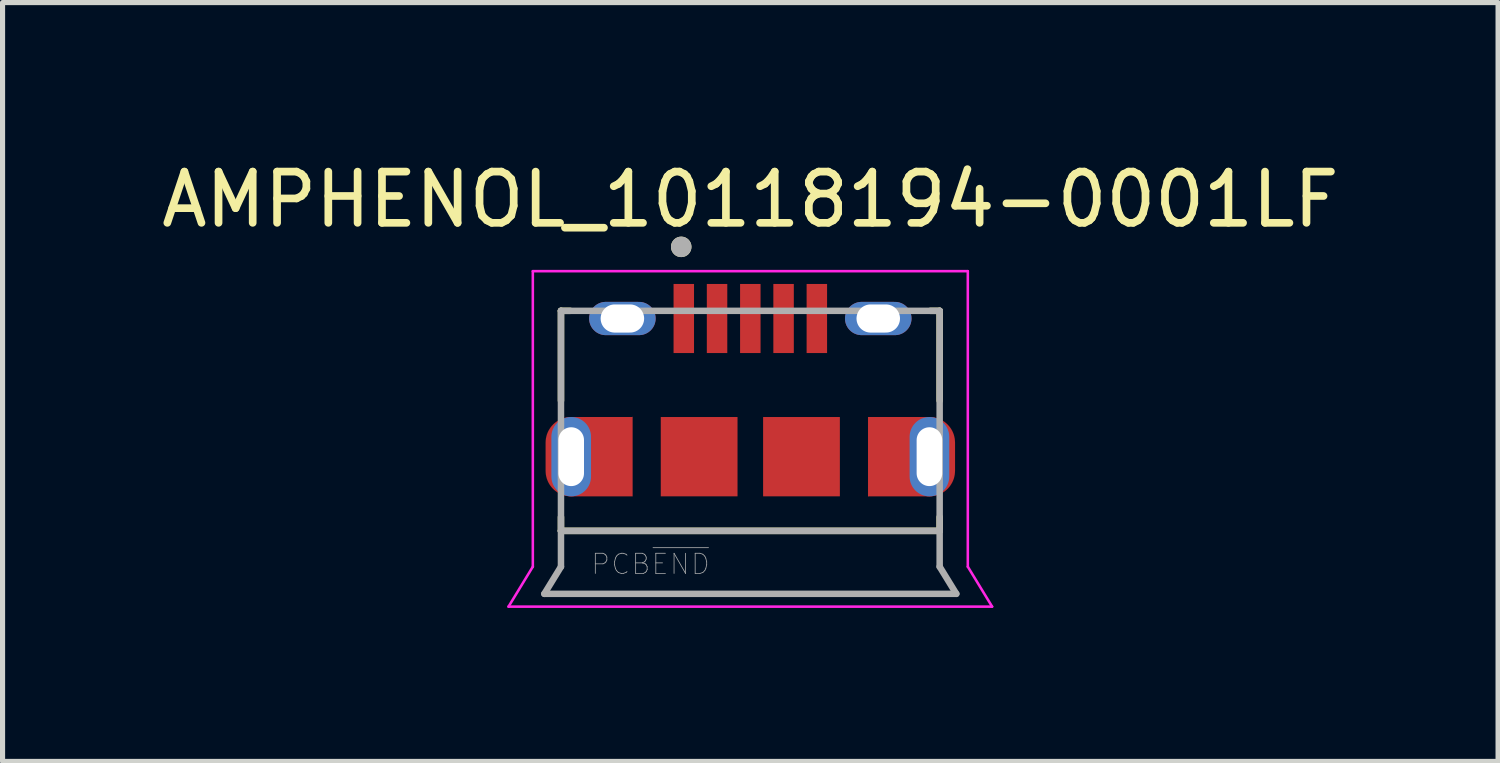
<source format=kicad_pcb>
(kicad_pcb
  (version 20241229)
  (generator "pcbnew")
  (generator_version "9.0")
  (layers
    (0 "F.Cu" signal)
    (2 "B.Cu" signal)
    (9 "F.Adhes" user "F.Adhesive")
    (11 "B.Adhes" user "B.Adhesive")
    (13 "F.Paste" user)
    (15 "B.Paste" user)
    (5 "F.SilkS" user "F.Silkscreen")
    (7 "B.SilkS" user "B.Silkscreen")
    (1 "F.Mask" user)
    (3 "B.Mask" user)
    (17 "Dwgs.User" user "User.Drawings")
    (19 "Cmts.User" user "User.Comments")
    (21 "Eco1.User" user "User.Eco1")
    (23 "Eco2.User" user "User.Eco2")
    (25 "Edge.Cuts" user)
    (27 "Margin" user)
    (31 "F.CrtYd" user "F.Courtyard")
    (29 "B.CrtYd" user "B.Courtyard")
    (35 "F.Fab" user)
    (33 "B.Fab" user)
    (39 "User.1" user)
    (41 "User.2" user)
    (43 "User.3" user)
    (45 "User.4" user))
  (footprint "AMPHENOL_10118194-0001LF"
    (layer "F.Cu")
    (at 11.612 5.874)
    (property "Reference" "AMPHENOL_10118194-0001LF" (at 0 -5.025 0) (layer "F.SilkS") (effects (font (size 1.001 1.001) (thickness 0.15))))
    (attr through_hole)
    (fp_poly (pts (xy -2.3 -0.78) (xy -2.3 0.775) (xy -3.498 0.775) (xy -3.498 0.575) (xy -3.486 0.575) (xy -3.473 0.574) (xy -3.46 0.572) (xy -3.447 0.57) (xy -3.434 0.567) (xy -3.422 0.563) (xy -3.41 0.558) (xy -3.398 0.553) (xy -3.386 0.548) (xy -3.374 0.542) (xy -3.363 0.535) (xy -3.353 0.527) (xy -3.342 0.52) (xy -3.332 0.511) (xy -3.323 0.502) (xy -3.314 0.493) (xy -3.305 0.483) (xy -3.298 0.472) (xy -3.29 0.462) (xy -3.283 0.451) (xy -3.277 0.439) (xy -3.272 0.427) (xy -3.267 0.415) (xy -3.262 0.403) (xy -3.258 0.391) (xy -3.255 0.378) (xy -3.253 0.365) (xy -3.251 0.352) (xy -3.25 0.339) (xy -3.25 0.325) (xy -3.25 0.315) (xy -3.25 -0.315) (xy -3.25 -0.325) (xy -3.25 -0.338) (xy -3.251 -0.351) (xy -3.253 -0.364) (xy -3.255 -0.377) (xy -3.259 -0.39) (xy -3.262 -0.402) (xy -3.267 -0.415) (xy -3.272 -0.427) (xy -3.277 -0.438) (xy -3.283 -0.45) (xy -3.29 -0.461) (xy -3.298 -0.472) (xy -3.306 -0.482) (xy -3.314 -0.492) (xy -3.323 -0.502) (xy -3.333 -0.511) (xy -3.343 -0.519) (xy -3.353 -0.527) (xy -3.364 -0.535) (xy -3.375 -0.542) (xy -3.387 -0.548) (xy -3.398 -0.553) (xy -3.41 -0.558) (xy -3.423 -0.563) (xy -3.435 -0.566) (xy -3.448 -0.57) (xy -3.461 -0.572) (xy -3.474 -0.574) (xy -3.487 -0.575) (xy -3.5 -0.575) (xy -3.513 -0.575) (xy -3.526 -0.574) (xy -3.539 -0.572) (xy -3.552 -0.57) (xy -3.565 -0.566) (xy -3.577 -0.563) (xy -3.59 -0.558) (xy -3.602 -0.553) (xy -3.613 -0.548) (xy -3.625 -0.542) (xy -3.636 -0.535) (xy -3.647 -0.527) (xy -3.657 -0.519) (xy -3.667 -0.511) (xy -3.677 -0.502) (xy -3.686 -0.492) (xy -3.694 -0.482) (xy -3.702 -0.472) (xy -3.71 -0.461) (xy -3.717 -0.45) (xy -3.723 -0.438) (xy -3.728 -0.427) (xy -3.733 -0.415) (xy -3.738 -0.402) (xy -3.741 -0.39) (xy -3.745 -0.377) (xy -3.747 -0.364) (xy -3.749 -0.351) (xy -3.75 -0.338) (xy -3.75 -0.325) (xy -3.75 0.325) (xy -3.75 0.339) (xy -3.749 0.352) (xy -3.747 0.365) (xy -3.745 0.378) (xy -3.742 0.391) (xy -3.738 0.403) (xy -3.733 0.415) (xy -3.728 0.427) (xy -3.723 0.439) (xy -3.717 0.451) (xy -3.71 0.462) (xy -3.702 0.472) (xy -3.695 0.483) (xy -3.686 0.493) (xy -3.677 0.502) (xy -3.668 0.511) (xy -3.658 0.52) (xy -3.647 0.527) (xy -3.637 0.535) (xy -3.626 0.542) (xy -3.614 0.548) (xy -3.602 0.553) (xy -3.59 0.558) (xy -3.578 0.563) (xy -3.566 0.567) (xy -3.553 0.57) (xy -3.54 0.572) (xy -3.527 0.574) (xy -3.514 0.575) (xy -3.502 0.575) (xy -3.502 0.775) (xy -3.527 0.774) (xy -3.553 0.772) (xy -3.579 0.769) (xy -3.605 0.764) (xy -3.63 0.758) (xy -3.655 0.751) (xy -3.68 0.742) (xy -3.704 0.732) (xy -3.728 0.721) (xy -3.751 0.708) (xy -3.773 0.695) (xy -3.794 0.68) (xy -3.815 0.664) (xy -3.835 0.647) (xy -3.854 0.629) (xy -3.872 0.61) (xy -3.889 0.59) (xy -3.905 0.569) (xy -3.92 0.548) (xy -3.933 0.526) (xy -3.946 0.503) (xy -3.957 0.479) (xy -3.967 0.455) (xy -3.976 0.43) (xy -3.983 0.405) (xy -3.989 0.38) (xy -3.994 0.354) (xy -3.997 0.328) (xy -3.999 0.302) (xy -4 0.275) (xy -4 -0.275) (xy -3.999 -0.301) (xy -3.997 -0.327) (xy -3.994 -0.353) (xy -3.989 -0.379) (xy -3.983 -0.404) (xy -3.976 -0.43) (xy -3.967 -0.454) (xy -3.957 -0.478) (xy -3.946 -0.502) (xy -3.933 -0.525) (xy -3.919 -0.547) (xy -3.905 -0.569) (xy -3.889 -0.59) (xy -3.872 -0.61) (xy -3.854 -0.629) (xy -3.835 -0.647) (xy -3.815 -0.664) (xy -3.794 -0.68) (xy -3.772 -0.694) (xy -3.75 -0.708) (xy -3.727 -0.721) (xy -3.703 -0.732) (xy -3.679 -0.742) (xy -3.655 -0.751) (xy -3.629 -0.758) (xy -3.604 -0.764) (xy -3.578 -0.769) (xy -3.552 -0.772) (xy -3.526 -0.774) (xy -3.5 -0.775) (xy -2.305 -0.775) (xy -2.305 -0.78) (xy -2.3 -0.78)) (stroke (width 0.001) (type solid)) (fill yes) (layer "F.Cu"))
    (fp_poly (pts (xy 2.3 0.78) (xy 2.3 -0.775) (xy 3.498 -0.775) (xy 3.498 -0.575) (xy 3.486 -0.575) (xy 3.473 -0.574) (xy 3.46 -0.572) (xy 3.447 -0.57) (xy 3.434 -0.567) (xy 3.422 -0.563) (xy 3.41 -0.558) (xy 3.398 -0.553) (xy 3.386 -0.548) (xy 3.374 -0.542) (xy 3.363 -0.535) (xy 3.353 -0.527) (xy 3.342 -0.52) (xy 3.332 -0.511) (xy 3.323 -0.502) (xy 3.314 -0.493) (xy 3.305 -0.483) (xy 3.298 -0.472) (xy 3.29 -0.462) (xy 3.283 -0.451) (xy 3.277 -0.439) (xy 3.272 -0.427) (xy 3.267 -0.415) (xy 3.262 -0.403) (xy 3.258 -0.391) (xy 3.255 -0.378) (xy 3.253 -0.365) (xy 3.251 -0.352) (xy 3.25 -0.339) (xy 3.25 -0.325) (xy 3.25 -0.315) (xy 3.25 0.315) (xy 3.25 0.325) (xy 3.25 0.338) (xy 3.251 0.351) (xy 3.253 0.364) (xy 3.255 0.377) (xy 3.259 0.39) (xy 3.262 0.402) (xy 3.267 0.415) (xy 3.272 0.427) (xy 3.277 0.438) (xy 3.283 0.45) (xy 3.29 0.461) (xy 3.298 0.472) (xy 3.306 0.482) (xy 3.314 0.492) (xy 3.323 0.502) (xy 3.333 0.511) (xy 3.343 0.519) (xy 3.353 0.527) (xy 3.364 0.535) (xy 3.375 0.542) (xy 3.387 0.548) (xy 3.398 0.553) (xy 3.41 0.558) (xy 3.423 0.563) (xy 3.435 0.566) (xy 3.448 0.57) (xy 3.461 0.572) (xy 3.474 0.574) (xy 3.487 0.575) (xy 3.5 0.575) (xy 3.513 0.575) (xy 3.526 0.574) (xy 3.539 0.572) (xy 3.552 0.57) (xy 3.565 0.566) (xy 3.577 0.563) (xy 3.59 0.558) (xy 3.602 0.553) (xy 3.613 0.548) (xy 3.625 0.542) (xy 3.636 0.535) (xy 3.647 0.527) (xy 3.657 0.519) (xy 3.667 0.511) (xy 3.677 0.502) (xy 3.686 0.492) (xy 3.694 0.482) (xy 3.702 0.472) (xy 3.71 0.461) (xy 3.717 0.45) (xy 3.723 0.438) (xy 3.728 0.427) (xy 3.733 0.415) (xy 3.738 0.402) (xy 3.741 0.39) (xy 3.745 0.377) (xy 3.747 0.364) (xy 3.749 0.351) (xy 3.75 0.338) (xy 3.75 0.325) (xy 3.75 -0.325) (xy 3.75 -0.339) (xy 3.749 -0.352) (xy 3.747 -0.365) (xy 3.745 -0.378) (xy 3.742 -0.391) (xy 3.738 -0.403) (xy 3.733 -0.415) (xy 3.728 -0.427) (xy 3.723 -0.439) (xy 3.717 -0.451) (xy 3.71 -0.462) (xy 3.702 -0.472) (xy 3.695 -0.483) (xy 3.686 -0.493) (xy 3.677 -0.502) (xy 3.668 -0.511) (xy 3.658 -0.52) (xy 3.647 -0.527) (xy 3.637 -0.535) (xy 3.626 -0.542) (xy 3.614 -0.548) (xy 3.602 -0.553) (xy 3.59 -0.558) (xy 3.578 -0.563) (xy 3.566 -0.567) (xy 3.553 -0.57) (xy 3.54 -0.572) (xy 3.527 -0.574) (xy 3.514 -0.575) (xy 3.502 -0.575) (xy 3.502 -0.775) (xy 3.527 -0.774) (xy 3.553 -0.772) (xy 3.579 -0.769) (xy 3.605 -0.764) (xy 3.63 -0.758) (xy 3.655 -0.751) (xy 3.68 -0.742) (xy 3.704 -0.732) (xy 3.728 -0.721) (xy 3.751 -0.708) (xy 3.773 -0.695) (xy 3.794 -0.68) (xy 3.815 -0.664) (xy 3.835 -0.647) (xy 3.854 -0.629) (xy 3.872 -0.61) (xy 3.889 -0.59) (xy 3.905 -0.569) (xy 3.92 -0.548) (xy 3.933 -0.526) (xy 3.946 -0.503) (xy 3.957 -0.479) (xy 3.967 -0.455) (xy 3.976 -0.43) (xy 3.983 -0.405) (xy 3.989 -0.38) (xy 3.994 -0.354) (xy 3.997 -0.328) (xy 3.999 -0.302) (xy 4 -0.275) (xy 4 0.275) (xy 3.999 0.301) (xy 3.997 0.327) (xy 3.994 0.353) (xy 3.989 0.379) (xy 3.983 0.404) (xy 3.976 0.43) (xy 3.967 0.454) (xy 3.957 0.478) (xy 3.946 0.502) (xy 3.933 0.525) (xy 3.919 0.547) (xy 3.905 0.569) (xy 3.889 0.59) (xy 3.872 0.61) (xy 3.854 0.629) (xy 3.835 0.647) (xy 3.815 0.664) (xy 3.794 0.68) (xy 3.772 0.694) (xy 3.75 0.708) (xy 3.727 0.721) (xy 3.703 0.732) (xy 3.679 0.742) (xy 3.655 0.751) (xy 3.629 0.758) (xy 3.604 0.764) (xy 3.578 0.769) (xy 3.552 0.772) (xy 3.526 0.774) (xy 3.5 0.775) (xy 2.305 0.775) (xy 2.305 0.78) (xy 2.3 0.78)) (stroke (width 0.001) (type solid)) (fill yes) (layer "F.Cu"))
    (fp_poly (pts (xy -3.6 -0.875) (xy -2.2 -0.875) (xy -2.2 0.875) (xy -3.6 0.875) (xy -3.626 0.874) (xy -3.652 0.872) (xy -3.678 0.869) (xy -3.704 0.864) (xy -3.729 0.858) (xy -3.755 0.851) (xy -3.779 0.842) (xy -3.803 0.832) (xy -3.827 0.821) (xy -3.85 0.808) (xy -3.872 0.794) (xy -3.894 0.78) (xy -3.915 0.764) (xy -3.935 0.747) (xy -3.954 0.729) (xy -3.972 0.71) (xy -3.989 0.69) (xy -4.005 0.669) (xy -4.019 0.647) (xy -4.033 0.625) (xy -4.046 0.602) (xy -4.057 0.578) (xy -4.067 0.554) (xy -4.076 0.53) (xy -4.083 0.504) (xy -4.089 0.479) (xy -4.094 0.453) (xy -4.097 0.427) (xy -4.099 0.401) (xy -4.1 0.375) (xy -4.1 -0.375) (xy -4.099 -0.401) (xy -4.097 -0.427) (xy -4.094 -0.453) (xy -4.089 -0.479) (xy -4.083 -0.504) (xy -4.076 -0.53) (xy -4.067 -0.554) (xy -4.057 -0.578) (xy -4.046 -0.602) (xy -4.033 -0.625) (xy -4.019 -0.647) (xy -4.005 -0.669) (xy -3.989 -0.69) (xy -3.972 -0.71) (xy -3.954 -0.729) (xy -3.935 -0.747) (xy -3.915 -0.764) (xy -3.894 -0.78) (xy -3.872 -0.794) (xy -3.85 -0.808) (xy -3.827 -0.821) (xy -3.803 -0.832) (xy -3.779 -0.842) (xy -3.755 -0.851) (xy -3.729 -0.858) (xy -3.704 -0.864) (xy -3.678 -0.869) (xy -3.652 -0.872) (xy -3.626 -0.874) (xy -3.6 -0.875)) (stroke (width 0.0001) (type solid)) (fill yes) (layer "F.Mask"))
    (fp_poly (pts (xy 3.6 0.875) (xy 2.2 0.875) (xy 2.2 -0.875) (xy 3.6 -0.875) (xy 3.626 -0.874) (xy 3.652 -0.872) (xy 3.678 -0.869) (xy 3.704 -0.864) (xy 3.729 -0.858) (xy 3.755 -0.851) (xy 3.779 -0.842) (xy 3.803 -0.832) (xy 3.827 -0.821) (xy 3.85 -0.808) (xy 3.872 -0.794) (xy 3.894 -0.78) (xy 3.915 -0.764) (xy 3.935 -0.747) (xy 3.954 -0.729) (xy 3.972 -0.71) (xy 3.989 -0.69) (xy 4.005 -0.669) (xy 4.019 -0.647) (xy 4.033 -0.625) (xy 4.046 -0.602) (xy 4.057 -0.578) (xy 4.067 -0.554) (xy 4.076 -0.53) (xy 4.083 -0.504) (xy 4.089 -0.479) (xy 4.094 -0.453) (xy 4.097 -0.427) (xy 4.099 -0.401) (xy 4.1 -0.375) (xy 4.1 0.375) (xy 4.099 0.401) (xy 4.097 0.427) (xy 4.094 0.453) (xy 4.089 0.479) (xy 4.083 0.504) (xy 4.076 0.53) (xy 4.067 0.554) (xy 4.057 0.578) (xy 4.046 0.602) (xy 4.033 0.625) (xy 4.019 0.647) (xy 4.005 0.669) (xy 3.989 0.69) (xy 3.972 0.71) (xy 3.954 0.729) (xy 3.935 0.747) (xy 3.915 0.764) (xy 3.894 0.78) (xy 3.872 0.794) (xy 3.85 0.808) (xy 3.827 0.821) (xy 3.803 0.832) (xy 3.779 0.842) (xy 3.755 0.851) (xy 3.729 0.858) (xy 3.704 0.864) (xy 3.678 0.869) (xy 3.652 0.872) (xy 3.626 0.874) (xy 3.6 0.875)) (stroke (width 0.0001) (type solid)) (fill yes) (layer "F.Mask"))
    (fp_line (start -3.7 -2.85) (end -3.7 -1.095) (stroke (width 0.127) (type solid)) (layer "F.SilkS"))
    (fp_line (start -3.7 -2.85) (end -3.52 -2.85) (stroke (width 0.127) (type solid)) (layer "F.SilkS"))
    (fp_line (start -3.7 1.45) (end -3.7 1.18) (stroke (width 0.127) (type solid)) (layer "F.SilkS"))
    (fp_line (start -3.7 1.45) (end 3.7 1.45) (stroke (width 0.127) (type solid)) (layer "F.SilkS"))
    (fp_line (start 3.7 -2.85) (end 3.52 -2.85) (stroke (width 0.127) (type solid)) (layer "F.SilkS"))
    (fp_line (start 3.7 -2.85) (end 3.7 -1.095) (stroke (width 0.127) (type solid)) (layer "F.SilkS"))
    (fp_line (start 3.7 1.18) (end 3.7 1.45) (stroke (width 0.127) (type solid)) (layer "F.SilkS"))
    (fp_circle (center -1.35 -4.1) (end -1.25 -4.1) (stroke (width 0.2) (type solid)) (fill no) (layer "F.SilkS"))
    (fp_line (start -3.5 -0.77) (end -3.5 -0.6) (stroke (width 0.0001) (type solid)) (layer "F.Paste"))
    (fp_line (start 3.5 0.77) (end 3.5 0.6) (stroke (width 0.0001) (type solid)) (layer "F.Paste"))
    (fp_poly (pts (xy -3.5 -0.775) (xy -3.5 -0.575) (xy -3.487 -0.575) (xy -3.474 -0.574) (xy -3.461 -0.572) (xy -3.448 -0.57) (xy -3.435 -0.566) (xy -3.423 -0.563) (xy -3.41 -0.558) (xy -3.398 -0.553) (xy -3.387 -0.548) (xy -3.375 -0.542) (xy -3.364 -0.535) (xy -3.353 -0.527) (xy -3.343 -0.519) (xy -3.333 -0.511) (xy -3.323 -0.502) (xy -3.314 -0.492) (xy -3.306 -0.482) (xy -3.298 -0.472) (xy -3.29 -0.461) (xy -3.283 -0.45) (xy -3.277 -0.438) (xy -3.272 -0.427) (xy -3.267 -0.415) (xy -3.262 -0.402) (xy -3.259 -0.39) (xy -3.255 -0.377) (xy -3.253 -0.364) (xy -3.251 -0.351) (xy -3.25 -0.338) (xy -3.25 -0.325) (xy -3.25 0.325) (xy -3.25 0.338) (xy -3.251 0.351) (xy -3.253 0.364) (xy -3.255 0.377) (xy -3.259 0.39) (xy -3.262 0.402) (xy -3.267 0.415) (xy -3.272 0.427) (xy -3.277 0.438) (xy -3.283 0.45) (xy -3.29 0.461) (xy -3.298 0.472) (xy -3.306 0.482) (xy -3.314 0.492) (xy -3.323 0.502) (xy -3.333 0.511) (xy -3.343 0.519) (xy -3.353 0.527) (xy -3.364 0.535) (xy -3.375 0.542) (xy -3.387 0.548) (xy -3.398 0.553) (xy -3.41 0.558) (xy -3.423 0.563) (xy -3.435 0.566) (xy -3.448 0.57) (xy -3.461 0.572) (xy -3.474 0.574) (xy -3.487 0.575) (xy -3.5 0.575) (xy -3.5 0.775) (xy -2.3 0.775) (xy -2.3 -0.775) (xy -3.5 -0.775)) (stroke (width 0.0001) (type solid)) (fill yes) (layer "F.Paste"))
    (fp_poly (pts (xy 3.5 0.775) (xy 3.5 0.575) (xy 3.487 0.575) (xy 3.474 0.574) (xy 3.461 0.572) (xy 3.448 0.57) (xy 3.435 0.566) (xy 3.423 0.563) (xy 3.41 0.558) (xy 3.398 0.553) (xy 3.387 0.548) (xy 3.375 0.542) (xy 3.364 0.535) (xy 3.353 0.527) (xy 3.343 0.519) (xy 3.333 0.511) (xy 3.323 0.502) (xy 3.314 0.492) (xy 3.306 0.482) (xy 3.298 0.472) (xy 3.29 0.461) (xy 3.283 0.45) (xy 3.277 0.438) (xy 3.272 0.427) (xy 3.267 0.415) (xy 3.262 0.402) (xy 3.259 0.39) (xy 3.255 0.377) (xy 3.253 0.364) (xy 3.251 0.351) (xy 3.25 0.338) (xy 3.25 0.325) (xy 3.25 -0.325) (xy 3.25 -0.338) (xy 3.251 -0.351) (xy 3.253 -0.364) (xy 3.255 -0.377) (xy 3.259 -0.39) (xy 3.262 -0.402) (xy 3.267 -0.415) (xy 3.272 -0.427) (xy 3.277 -0.438) (xy 3.283 -0.45) (xy 3.29 -0.461) (xy 3.298 -0.472) (xy 3.306 -0.482) (xy 3.314 -0.492) (xy 3.323 -0.502) (xy 3.333 -0.511) (xy 3.343 -0.519) (xy 3.353 -0.527) (xy 3.364 -0.535) (xy 3.375 -0.542) (xy 3.387 -0.548) (xy 3.398 -0.553) (xy 3.41 -0.558) (xy 3.423 -0.563) (xy 3.435 -0.566) (xy 3.448 -0.57) (xy 3.461 -0.572) (xy 3.474 -0.574) (xy 3.487 -0.575) (xy 3.5 -0.575) (xy 3.5 -0.775) (xy 2.3 -0.775) (xy 2.3 0.775) (xy 3.5 0.775)) (stroke (width 0.0001) (type solid)) (fill yes) (layer "F.Paste"))
    (fp_poly (pts (xy -3.5 -0.775) (xy -3.5 -0.575) (xy -3.513 -0.575) (xy -3.526 -0.574) (xy -3.539 -0.572) (xy -3.552 -0.57) (xy -3.565 -0.566) (xy -3.577 -0.563) (xy -3.59 -0.558) (xy -3.602 -0.553) (xy -3.613 -0.548) (xy -3.625 -0.542) (xy -3.636 -0.535) (xy -3.647 -0.527) (xy -3.657 -0.519) (xy -3.667 -0.511) (xy -3.677 -0.502) (xy -3.686 -0.492) (xy -3.694 -0.482) (xy -3.702 -0.472) (xy -3.71 -0.461) (xy -3.717 -0.45) (xy -3.723 -0.438) (xy -3.728 -0.427) (xy -3.733 -0.415) (xy -3.738 -0.402) (xy -3.741 -0.39) (xy -3.745 -0.377) (xy -3.747 -0.364) (xy -3.749 -0.351) (xy -3.75 -0.338) (xy -3.75 -0.325) (xy -3.75 0.325) (xy -3.75 0.338) (xy -3.749 0.351) (xy -3.747 0.364) (xy -3.745 0.377) (xy -3.741 0.39) (xy -3.738 0.402) (xy -3.733 0.415) (xy -3.728 0.427) (xy -3.723 0.438) (xy -3.717 0.45) (xy -3.71 0.461) (xy -3.702 0.472) (xy -3.694 0.482) (xy -3.686 0.492) (xy -3.677 0.502) (xy -3.667 0.511) (xy -3.657 0.519) (xy -3.647 0.527) (xy -3.636 0.535) (xy -3.625 0.542) (xy -3.613 0.548) (xy -3.602 0.553) (xy -3.59 0.558) (xy -3.577 0.563) (xy -3.565 0.566) (xy -3.552 0.57) (xy -3.539 0.572) (xy -3.526 0.574) (xy -3.513 0.575) (xy -3.5 0.575) (xy -3.5 0.775) (xy -3.526 0.774) (xy -3.552 0.772) (xy -3.578 0.769) (xy -3.604 0.764) (xy -3.629 0.758) (xy -3.655 0.751) (xy -3.679 0.742) (xy -3.703 0.732) (xy -3.727 0.721) (xy -3.75 0.708) (xy -3.772 0.694) (xy -3.794 0.68) (xy -3.815 0.664) (xy -3.835 0.647) (xy -3.854 0.629) (xy -3.872 0.61) (xy -3.889 0.59) (xy -3.905 0.569) (xy -3.919 0.547) (xy -3.933 0.525) (xy -3.946 0.502) (xy -3.957 0.478) (xy -3.967 0.454) (xy -3.976 0.43) (xy -3.983 0.404) (xy -3.989 0.379) (xy -3.994 0.353) (xy -3.997 0.327) (xy -3.999 0.301) (xy -4 0.275) (xy -4 -0.275) (xy -3.999 -0.301) (xy -3.997 -0.327) (xy -3.994 -0.353) (xy -3.989 -0.379) (xy -3.983 -0.404) (xy -3.976 -0.43) (xy -3.967 -0.454) (xy -3.957 -0.478) (xy -3.946 -0.502) (xy -3.933 -0.525) (xy -3.919 -0.547) (xy -3.905 -0.569) (xy -3.889 -0.59) (xy -3.872 -0.61) (xy -3.854 -0.629) (xy -3.835 -0.647) (xy -3.815 -0.664) (xy -3.794 -0.68) (xy -3.772 -0.694) (xy -3.75 -0.708) (xy -3.727 -0.721) (xy -3.703 -0.732) (xy -3.679 -0.742) (xy -3.655 -0.751) (xy -3.629 -0.758) (xy -3.604 -0.764) (xy -3.578 -0.769) (xy -3.552 -0.772) (xy -3.526 -0.774) (xy -3.5 -0.775)) (stroke (width 0.0001) (type solid)) (fill yes) (layer "F.Paste"))
    (fp_poly (pts (xy 3.5 0.775) (xy 3.5 0.575) (xy 3.513 0.575) (xy 3.526 0.574) (xy 3.539 0.572) (xy 3.552 0.57) (xy 3.565 0.566) (xy 3.577 0.563) (xy 3.59 0.558) (xy 3.602 0.553) (xy 3.613 0.548) (xy 3.625 0.542) (xy 3.636 0.535) (xy 3.647 0.527) (xy 3.657 0.519) (xy 3.667 0.511) (xy 3.677 0.502) (xy 3.686 0.492) (xy 3.694 0.482) (xy 3.702 0.472) (xy 3.71 0.461) (xy 3.717 0.45) (xy 3.723 0.438) (xy 3.728 0.427) (xy 3.733 0.415) (xy 3.738 0.402) (xy 3.741 0.39) (xy 3.745 0.377) (xy 3.747 0.364) (xy 3.749 0.351) (xy 3.75 0.338) (xy 3.75 0.325) (xy 3.75 -0.325) (xy 3.75 -0.338) (xy 3.749 -0.351) (xy 3.747 -0.364) (xy 3.745 -0.377) (xy 3.741 -0.39) (xy 3.738 -0.402) (xy 3.733 -0.415) (xy 3.728 -0.427) (xy 3.723 -0.438) (xy 3.717 -0.45) (xy 3.71 -0.461) (xy 3.702 -0.472) (xy 3.694 -0.482) (xy 3.686 -0.492) (xy 3.677 -0.502) (xy 3.667 -0.511) (xy 3.657 -0.519) (xy 3.647 -0.527) (xy 3.636 -0.535) (xy 3.625 -0.542) (xy 3.613 -0.548) (xy 3.602 -0.553) (xy 3.59 -0.558) (xy 3.577 -0.563) (xy 3.565 -0.566) (xy 3.552 -0.57) (xy 3.539 -0.572) (xy 3.526 -0.574) (xy 3.513 -0.575) (xy 3.5 -0.575) (xy 3.5 -0.775) (xy 3.526 -0.774) (xy 3.552 -0.772) (xy 3.578 -0.769) (xy 3.604 -0.764) (xy 3.629 -0.758) (xy 3.655 -0.751) (xy 3.679 -0.742) (xy 3.703 -0.732) (xy 3.727 -0.721) (xy 3.75 -0.708) (xy 3.772 -0.694) (xy 3.794 -0.68) (xy 3.815 -0.664) (xy 3.835 -0.647) (xy 3.854 -0.629) (xy 3.872 -0.61) (xy 3.889 -0.59) (xy 3.905 -0.569) (xy 3.919 -0.547) (xy 3.933 -0.525) (xy 3.946 -0.502) (xy 3.957 -0.478) (xy 3.967 -0.454) (xy 3.976 -0.43) (xy 3.983 -0.404) (xy 3.989 -0.379) (xy 3.994 -0.353) (xy 3.997 -0.327) (xy 3.999 -0.301) (xy 4 -0.275) (xy 4 0.275) (xy 3.999 0.301) (xy 3.997 0.327) (xy 3.994 0.353) (xy 3.989 0.379) (xy 3.983 0.404) (xy 3.976 0.43) (xy 3.967 0.454) (xy 3.957 0.478) (xy 3.946 0.502) (xy 3.933 0.525) (xy 3.919 0.547) (xy 3.905 0.569) (xy 3.889 0.59) (xy 3.872 0.61) (xy 3.854 0.629) (xy 3.835 0.647) (xy 3.815 0.664) (xy 3.794 0.68) (xy 3.772 0.694) (xy 3.75 0.708) (xy 3.727 0.721) (xy 3.703 0.732) (xy 3.679 0.742) (xy 3.655 0.751) (xy 3.629 0.758) (xy 3.604 0.764) (xy 3.578 0.769) (xy 3.552 0.772) (xy 3.526 0.774) (xy 3.5 0.775)) (stroke (width 0.0001) (type solid)) (fill yes) (layer "F.Paste"))
    (fp_line (start -4.725 2.93) (end -4.25 2.15) (stroke (width 0.05) (type solid)) (layer "F.CrtYd"))
    (fp_line (start -4.25 -3.625) (end 4.25 -3.625) (stroke (width 0.05) (type solid)) (layer "F.CrtYd"))
    (fp_line (start -4.25 2.15) (end -4.25 -3.625) (stroke (width 0.05) (type solid)) (layer "F.CrtYd"))
    (fp_line (start 4.25 2.15) (end 4.25 -3.625) (stroke (width 0.05) (type solid)) (layer "F.CrtYd"))
    (fp_line (start 4.725 2.93) (end -4.725 2.93) (stroke (width 0.05) (type solid)) (layer "F.CrtYd"))
    (fp_line (start 4.725 2.93) (end 4.25 2.15) (stroke (width 0.05) (type solid)) (layer "F.CrtYd"))
    (fp_line (start -4.025 2.68) (end 4.025 2.68) (stroke (width 0.127) (type solid)) (layer "F.Fab"))
    (fp_line (start -3.7 -2.85) (end -3.7 1.45) (stroke (width 0.127) (type solid)) (layer "F.Fab"))
    (fp_line (start -3.7 -2.85) (end 3.7 -2.85) (stroke (width 0.127) (type solid)) (layer "F.Fab"))
    (fp_line (start -3.7 1.45) (end -3.7 2.15) (stroke (width 0.127) (type solid)) (layer "F.Fab"))
    (fp_line (start -3.7 1.45) (end 3.7 1.45) (stroke (width 0.127) (type solid)) (layer "F.Fab"))
    (fp_line (start -3.7 2.15) (end -4.025 2.68) (stroke (width 0.127) (type solid)) (layer "F.Fab"))
    (fp_line (start 3.7 1.45) (end 3.7 -2.85) (stroke (width 0.127) (type solid)) (layer "F.Fab"))
    (fp_line (start 3.7 2.15) (end 3.7 1.45) (stroke (width 0.127) (type solid)) (layer "F.Fab"))
    (fp_line (start 4.025 2.68) (end 3.7 2.15) (stroke (width 0.127) (type solid)) (layer "F.Fab"))
    (fp_circle (center -1.35 -4.1) (end -1.25 -4.1) (stroke (width 0.2) (type solid)) (fill no) (layer "F.Fab"))
    (fp_text user "PCB~{END}" (at -1.95 2.1 0) (layer "F.Fab") (effects (font (size 0.394 0.394) (thickness 0.015))))
    (pad "1" smd rect (at -1.3 -2.7) (size 0.4 1.35) (layers "F.Cu" "F.Mask" "F.Paste"))
    (pad "2" smd rect (at -0.65 -2.7) (size 0.4 1.35) (layers "F.Cu" "F.Mask" "F.Paste"))
    (pad "3" smd rect (at 0 -2.7) (size 0.4 1.35) (layers "F.Cu" "F.Mask" "F.Paste"))
    (pad "4" smd rect (at 0.65 -2.7) (size 0.4 1.35) (layers "F.Cu" "F.Mask" "F.Paste"))
    (pad "5" smd rect (at 1.3 -2.7) (size 0.4 1.35) (layers "F.Cu" "F.Mask" "F.Paste"))
    (pad "6" thru_hole oval (at -3.5 0) (size 0.775 1.55) (drill oval 0.5 1.15) (layers "*.Cu" "*.Mask"))
    (pad "6" thru_hole oval (at -2.5 -2.7) (size 1.3 0.65) (drill oval 0.85 0.55) (layers "*.Cu" "*.Mask"))
    (pad "6" smd rect (at -1 0) (size 1.5 1.55) (layers "F.Cu" "F.Mask" "F.Paste"))
    (pad "6" smd rect (at 1 0) (size 1.5 1.55) (layers "F.Cu" "F.Mask" "F.Paste"))
    (pad "6" thru_hole oval (at 2.5 -2.7) (size 1.3 0.65) (drill oval 0.85 0.55) (layers "*.Cu" "*.Mask"))
    (pad "6" thru_hole oval (at 3.5 0) (size 0.775 1.55) (drill oval 0.5 1.15) (layers "*.Cu" "*.Mask")))
  (gr_rect
    (start -3 -3)
    (end 26.224 11.829)
    (stroke (width 0.1) (type default))
    (fill no)
    (layer "Edge.Cuts")))
</source>
